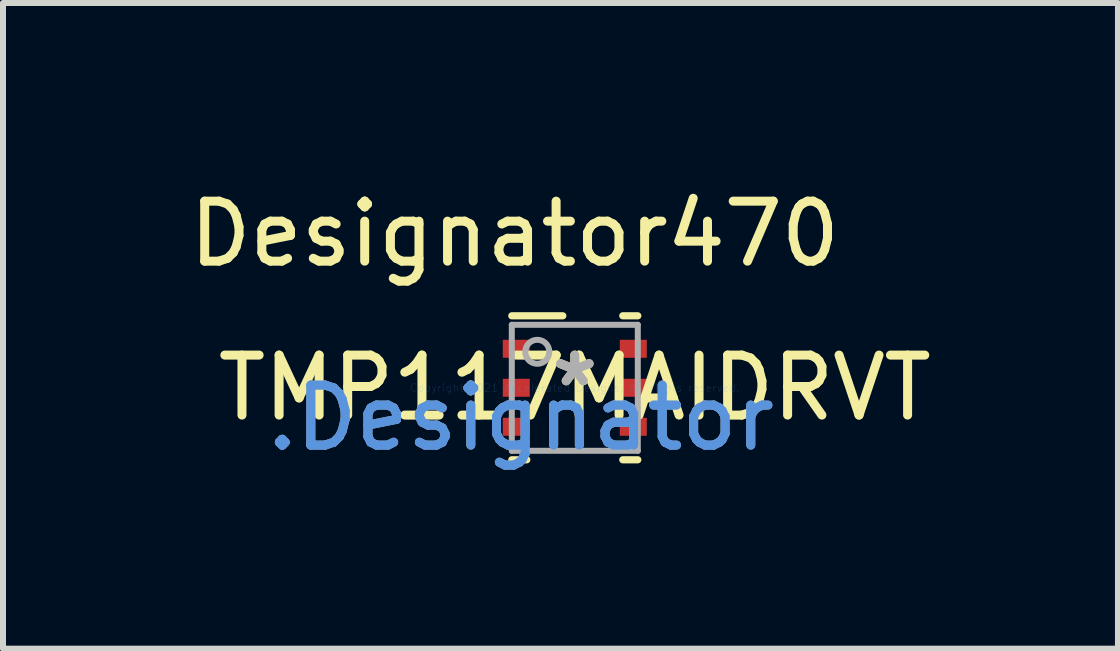
<source format=kicad_pcb>
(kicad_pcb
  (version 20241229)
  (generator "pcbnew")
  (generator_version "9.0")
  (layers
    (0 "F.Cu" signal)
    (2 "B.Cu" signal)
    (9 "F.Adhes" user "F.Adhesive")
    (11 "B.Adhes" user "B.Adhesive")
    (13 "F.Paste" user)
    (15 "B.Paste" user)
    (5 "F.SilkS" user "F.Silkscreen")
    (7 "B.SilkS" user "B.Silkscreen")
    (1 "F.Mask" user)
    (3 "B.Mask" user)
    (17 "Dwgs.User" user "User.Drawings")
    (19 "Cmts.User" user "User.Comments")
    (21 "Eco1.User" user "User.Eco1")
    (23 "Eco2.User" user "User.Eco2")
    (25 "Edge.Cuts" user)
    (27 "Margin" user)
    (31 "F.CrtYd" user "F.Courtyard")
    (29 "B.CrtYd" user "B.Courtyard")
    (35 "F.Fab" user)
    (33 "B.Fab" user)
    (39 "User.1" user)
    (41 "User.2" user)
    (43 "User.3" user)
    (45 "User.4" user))
  (footprint "TMP117MAIDRVT"
    (layer "F.Cu")
    (at 6.531 3.414)
    (property "Reference" "TMP117MAIDRVT" (at 0 0 0) (layer "F.SilkS") (effects (font (size 1 1) (thickness 0.15))))
    (attr through_hole)
    (fp_line (start -1.05 -1.2) (end -0.2 -1.2) (stroke (width 0.12) (type solid)) (layer "F.SilkS"))
    (fp_line (start -1.05 1.2) (end -0.8 1.2) (stroke (width 0.12) (type solid)) (layer "F.SilkS"))
    (fp_line (start 0.8 -1.2) (end 1.05 -1.2) (stroke (width 0.12) (type solid)) (layer "F.SilkS"))
    (fp_line (start 0.8 1.2) (end 1.05 1.2) (stroke (width 0.12) (type solid)) (layer "F.SilkS"))
    (fp_line (start -1.05 -1.05) (end 1.05 -1.05) (stroke (width 0.1) (type solid)) (layer "F.Fab"))
    (fp_line (start -1.05 1.05) (end -1.05 -1.05) (stroke (width 0.1) (type solid)) (layer "F.Fab"))
    (fp_line (start -1.05 1.05) (end 1.05 1.05) (stroke (width 0.1) (type solid)) (layer "F.Fab"))
    (fp_line (start 1.05 1.05) (end 1.05 -1.05) (stroke (width 0.1) (type solid)) (layer "F.Fab"))
    (fp_circle (center -0.625 -0.6) (end -0.425 -0.6) (stroke (width 0.1) (type solid)) (fill no) (layer "F.Fab"))
    (fp_text user "*" (at 0 0 0) (layer "F.SilkS") (effects (font (size 1 1) (thickness 0.15))))
    (fp_text user "Designator470" (at -1.002 -2.566 0) (layer "F.SilkS") (effects (font (size 1 1) (thickness 0.15))))
    (fp_text user ".Designator" (at -0.9 0.5 0) (layer "Cmts.User") (effects (font (size 1 1) (thickness 0.15))))
    (fp_text user "Copyright 2021 Accelerated Designs. All rights reserved." (at 0 0 0) (layer "Cmts.User") (effects (font (size 0.127 0.127) (thickness 0.002))))
    (fp_text user ".Designator" (at -0.9 0.5 0) (layer "F.Fab") (effects (font (size 1 1) (thickness 0.15))))
    (fp_text user "*" (at 0 0 0) (layer "F.Fab") (effects (font (size 1 1) (thickness 0.15))))
    (pad "1" smd rect (at -0.975 -0.65 90) (size 0.3 0.45) (layers "F.Cu" "F.Mask" "F.Paste"))
    (pad "2" smd rect (at -0.975 0 90) (size 0.3 0.45) (layers "F.Cu" "F.Mask" "F.Paste"))
    (pad "3" smd rect (at -0.975 0.65 90) (size 0.3 0.45) (layers "F.Cu" "F.Mask" "F.Paste"))
    (pad "4" smd rect (at 0.975 0.65 90) (size 0.3 0.45) (layers "F.Cu" "F.Mask" "F.Paste"))
    (pad "5" smd rect (at 0.975 0 90) (size 0.3 0.45) (layers "F.Cu" "F.Mask" "F.Paste"))
    (pad "6" smd rect (at 0.975 -0.65 90) (size 0.3 0.45) (layers "F.Cu" "F.Mask" "F.Paste")))
  (gr_rect
    (start -3 -3)
    (end 15.585 7.762)
    (stroke (width 0.1) (type default))
    (fill no)
    (layer "Edge.Cuts")))
</source>
